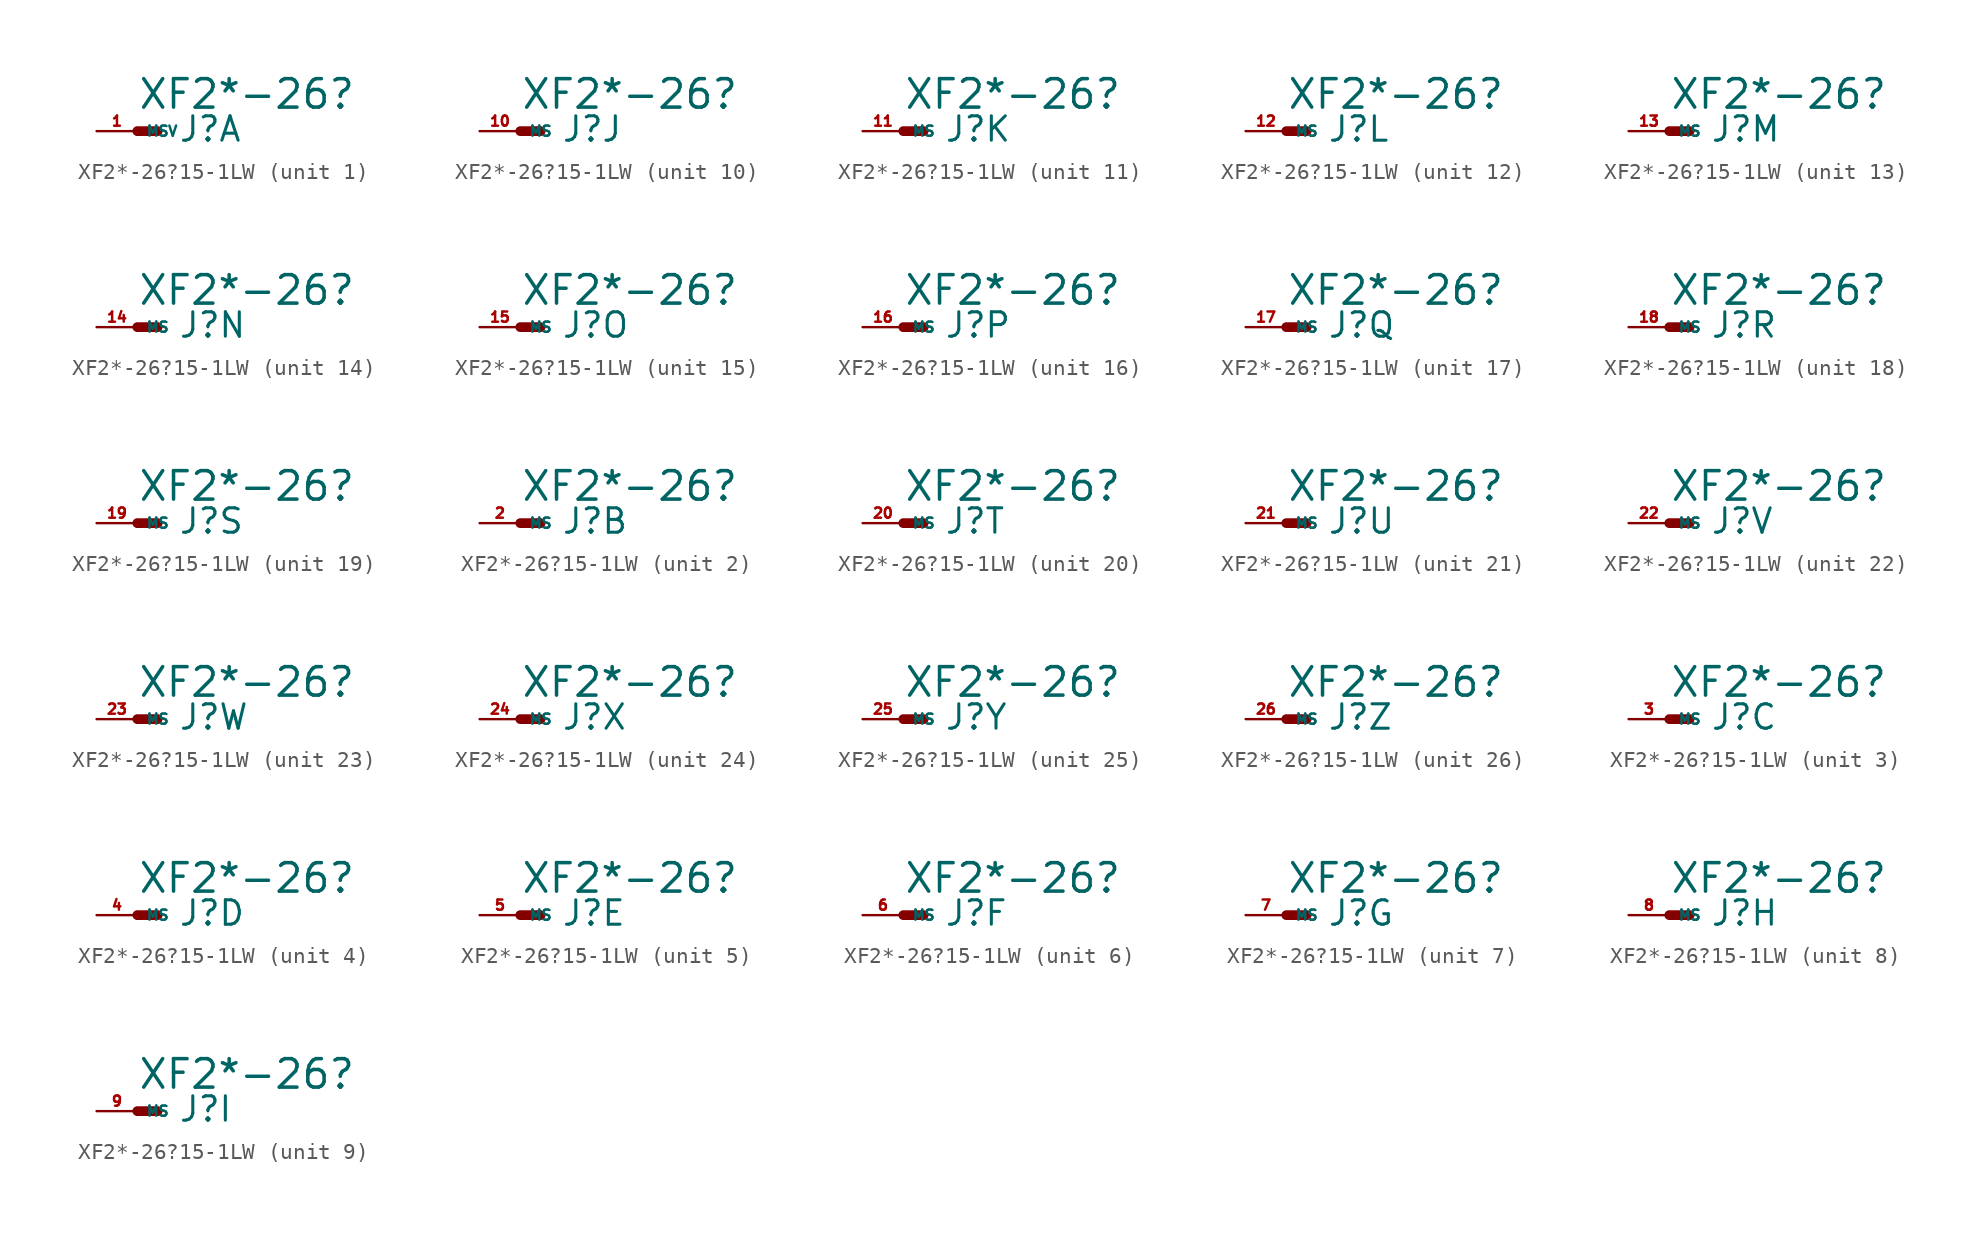
<source format=kicad_sym>
(kicad_symbol_lib
  (version 20220914)
  (generator Eagle2Kicad)
  (symbol "XF2*-26?15-1LW"
    (property "Reference" "J"
      (at 2.54 -0.762 0)
      (effects (font (size 1.524 1.524) (thickness 0.19)) (justify left bottom)))
    (property "Value" "XF2*-26?"
      (at 0 1.27 0)
      (effects (font (size 1.778 1.778) (thickness 0.22)) (justify left bottom)))
    (symbol "XF2*-26?15-1LW_1_0"
      (polyline (pts (xy 0 0) (xy 1.27 0)) (stroke (width 0.61) (type default)) (fill (type none)))
      (pin passive line (at -2.54 0 0) (length 2.54) (name "MSV" (effects (font (size 0.635 0.635) (thickness 0.08)) (justify left bottom))) (number "1" (effects (font (size 0.635 0.635) (thickness 0.08)) (justify left bottom)))))
    (symbol "XF2*-26?15-1LW_2_0"
      (polyline (pts (xy 0 0) (xy 1.27 0)) (stroke (width 0.61) (type default)) (fill (type none)))
      (pin passive line (at -2.54 0 0) (length 2.54) (name "MS" (effects (font (size 0.635 0.635) (thickness 0.08)) (justify left bottom))) (number "2" (effects (font (size 0.635 0.635) (thickness 0.08)) (justify left bottom)))))
    (symbol "XF2*-26?15-1LW_3_0"
      (polyline (pts (xy 0 0) (xy 1.27 0)) (stroke (width 0.61) (type default)) (fill (type none)))
      (pin passive line (at -2.54 0 0) (length 2.54) (name "MS" (effects (font (size 0.635 0.635) (thickness 0.08)) (justify left bottom))) (number "3" (effects (font (size 0.635 0.635) (thickness 0.08)) (justify left bottom)))))
    (symbol "XF2*-26?15-1LW_4_0"
      (polyline (pts (xy 0 0) (xy 1.27 0)) (stroke (width 0.61) (type default)) (fill (type none)))
      (pin passive line (at -2.54 0 0) (length 2.54) (name "MS" (effects (font (size 0.635 0.635) (thickness 0.08)) (justify left bottom))) (number "4" (effects (font (size 0.635 0.635) (thickness 0.08)) (justify left bottom)))))
    (symbol "XF2*-26?15-1LW_5_0"
      (polyline (pts (xy 0 0) (xy 1.27 0)) (stroke (width 0.61) (type default)) (fill (type none)))
      (pin passive line (at -2.54 0 0) (length 2.54) (name "MS" (effects (font (size 0.635 0.635) (thickness 0.08)) (justify left bottom))) (number "5" (effects (font (size 0.635 0.635) (thickness 0.08)) (justify left bottom)))))
    (symbol "XF2*-26?15-1LW_6_0"
      (polyline (pts (xy 0 0) (xy 1.27 0)) (stroke (width 0.61) (type default)) (fill (type none)))
      (pin passive line (at -2.54 0 0) (length 2.54) (name "MS" (effects (font (size 0.635 0.635) (thickness 0.08)) (justify left bottom))) (number "6" (effects (font (size 0.635 0.635) (thickness 0.08)) (justify left bottom)))))
    (symbol "XF2*-26?15-1LW_7_0"
      (polyline (pts (xy 0 0) (xy 1.27 0)) (stroke (width 0.61) (type default)) (fill (type none)))
      (pin passive line (at -2.54 0 0) (length 2.54) (name "MS" (effects (font (size 0.635 0.635) (thickness 0.08)) (justify left bottom))) (number "7" (effects (font (size 0.635 0.635) (thickness 0.08)) (justify left bottom)))))
    (symbol "XF2*-26?15-1LW_8_0"
      (polyline (pts (xy 0 0) (xy 1.27 0)) (stroke (width 0.61) (type default)) (fill (type none)))
      (pin passive line (at -2.54 0 0) (length 2.54) (name "MS" (effects (font (size 0.635 0.635) (thickness 0.08)) (justify left bottom))) (number "8" (effects (font (size 0.635 0.635) (thickness 0.08)) (justify left bottom)))))
    (symbol "XF2*-26?15-1LW_9_0"
      (polyline (pts (xy 0 0) (xy 1.27 0)) (stroke (width 0.61) (type default)) (fill (type none)))
      (pin passive line (at -2.54 0 0) (length 2.54) (name "MS" (effects (font (size 0.635 0.635) (thickness 0.08)) (justify left bottom))) (number "9" (effects (font (size 0.635 0.635) (thickness 0.08)) (justify left bottom)))))
    (symbol "XF2*-26?15-1LW_10_0"
      (polyline (pts (xy 0 0) (xy 1.27 0)) (stroke (width 0.61) (type default)) (fill (type none)))
      (pin passive line (at -2.54 0 0) (length 2.54) (name "MS" (effects (font (size 0.635 0.635) (thickness 0.08)) (justify left bottom))) (number "10" (effects (font (size 0.635 0.635) (thickness 0.08)) (justify left bottom)))))
    (symbol "XF2*-26?15-1LW_11_0"
      (polyline (pts (xy 0 0) (xy 1.27 0)) (stroke (width 0.61) (type default)) (fill (type none)))
      (pin passive line (at -2.54 0 0) (length 2.54) (name "MS" (effects (font (size 0.635 0.635) (thickness 0.08)) (justify left bottom))) (number "11" (effects (font (size 0.635 0.635) (thickness 0.08)) (justify left bottom)))))
    (symbol "XF2*-26?15-1LW_12_0"
      (polyline (pts (xy 0 0) (xy 1.27 0)) (stroke (width 0.61) (type default)) (fill (type none)))
      (pin passive line (at -2.54 0 0) (length 2.54) (name "MS" (effects (font (size 0.635 0.635) (thickness 0.08)) (justify left bottom))) (number "12" (effects (font (size 0.635 0.635) (thickness 0.08)) (justify left bottom)))))
    (symbol "XF2*-26?15-1LW_13_0"
      (polyline (pts (xy 0 0) (xy 1.27 0)) (stroke (width 0.61) (type default)) (fill (type none)))
      (pin passive line (at -2.54 0 0) (length 2.54) (name "MS" (effects (font (size 0.635 0.635) (thickness 0.08)) (justify left bottom))) (number "13" (effects (font (size 0.635 0.635) (thickness 0.08)) (justify left bottom)))))
    (symbol "XF2*-26?15-1LW_14_0"
      (polyline (pts (xy 0 0) (xy 1.27 0)) (stroke (width 0.61) (type default)) (fill (type none)))
      (pin passive line (at -2.54 0 0) (length 2.54) (name "MS" (effects (font (size 0.635 0.635) (thickness 0.08)) (justify left bottom))) (number "14" (effects (font (size 0.635 0.635) (thickness 0.08)) (justify left bottom)))))
    (symbol "XF2*-26?15-1LW_15_0"
      (polyline (pts (xy 0 0) (xy 1.27 0)) (stroke (width 0.61) (type default)) (fill (type none)))
      (pin passive line (at -2.54 0 0) (length 2.54) (name "MS" (effects (font (size 0.635 0.635) (thickness 0.08)) (justify left bottom))) (number "15" (effects (font (size 0.635 0.635) (thickness 0.08)) (justify left bottom)))))
    (symbol "XF2*-26?15-1LW_16_0"
      (polyline (pts (xy 0 0) (xy 1.27 0)) (stroke (width 0.61) (type default)) (fill (type none)))
      (pin passive line (at -2.54 0 0) (length 2.54) (name "MS" (effects (font (size 0.635 0.635) (thickness 0.08)) (justify left bottom))) (number "16" (effects (font (size 0.635 0.635) (thickness 0.08)) (justify left bottom)))))
    (symbol "XF2*-26?15-1LW_17_0"
      (polyline (pts (xy 0 0) (xy 1.27 0)) (stroke (width 0.61) (type default)) (fill (type none)))
      (pin passive line (at -2.54 0 0) (length 2.54) (name "MS" (effects (font (size 0.635 0.635) (thickness 0.08)) (justify left bottom))) (number "17" (effects (font (size 0.635 0.635) (thickness 0.08)) (justify left bottom)))))
    (symbol "XF2*-26?15-1LW_18_0"
      (polyline (pts (xy 0 0) (xy 1.27 0)) (stroke (width 0.61) (type default)) (fill (type none)))
      (pin passive line (at -2.54 0 0) (length 2.54) (name "MS" (effects (font (size 0.635 0.635) (thickness 0.08)) (justify left bottom))) (number "18" (effects (font (size 0.635 0.635) (thickness 0.08)) (justify left bottom)))))
    (symbol "XF2*-26?15-1LW_19_0"
      (polyline (pts (xy 0 0) (xy 1.27 0)) (stroke (width 0.61) (type default)) (fill (type none)))
      (pin passive line (at -2.54 0 0) (length 2.54) (name "MS" (effects (font (size 0.635 0.635) (thickness 0.08)) (justify left bottom))) (number "19" (effects (font (size 0.635 0.635) (thickness 0.08)) (justify left bottom)))))
    (symbol "XF2*-26?15-1LW_20_0"
      (polyline (pts (xy 0 0) (xy 1.27 0)) (stroke (width 0.61) (type default)) (fill (type none)))
      (pin passive line (at -2.54 0 0) (length 2.54) (name "MS" (effects (font (size 0.635 0.635) (thickness 0.08)) (justify left bottom))) (number "20" (effects (font (size 0.635 0.635) (thickness 0.08)) (justify left bottom)))))
    (symbol "XF2*-26?15-1LW_21_0"
      (polyline (pts (xy 0 0) (xy 1.27 0)) (stroke (width 0.61) (type default)) (fill (type none)))
      (pin passive line (at -2.54 0 0) (length 2.54) (name "MS" (effects (font (size 0.635 0.635) (thickness 0.08)) (justify left bottom))) (number "21" (effects (font (size 0.635 0.635) (thickness 0.08)) (justify left bottom)))))
    (symbol "XF2*-26?15-1LW_22_0"
      (polyline (pts (xy 0 0) (xy 1.27 0)) (stroke (width 0.61) (type default)) (fill (type none)))
      (pin passive line (at -2.54 0 0) (length 2.54) (name "MS" (effects (font (size 0.635 0.635) (thickness 0.08)) (justify left bottom))) (number "22" (effects (font (size 0.635 0.635) (thickness 0.08)) (justify left bottom)))))
    (symbol "XF2*-26?15-1LW_23_0"
      (polyline (pts (xy 0 0) (xy 1.27 0)) (stroke (width 0.61) (type default)) (fill (type none)))
      (pin passive line (at -2.54 0 0) (length 2.54) (name "MS" (effects (font (size 0.635 0.635) (thickness 0.08)) (justify left bottom))) (number "23" (effects (font (size 0.635 0.635) (thickness 0.08)) (justify left bottom)))))
    (symbol "XF2*-26?15-1LW_24_0"
      (polyline (pts (xy 0 0) (xy 1.27 0)) (stroke (width 0.61) (type default)) (fill (type none)))
      (pin passive line (at -2.54 0 0) (length 2.54) (name "MS" (effects (font (size 0.635 0.635) (thickness 0.08)) (justify left bottom))) (number "24" (effects (font (size 0.635 0.635) (thickness 0.08)) (justify left bottom)))))
    (symbol "XF2*-26?15-1LW_25_0"
      (polyline (pts (xy 0 0) (xy 1.27 0)) (stroke (width 0.61) (type default)) (fill (type none)))
      (pin passive line (at -2.54 0 0) (length 2.54) (name "MS" (effects (font (size 0.635 0.635) (thickness 0.08)) (justify left bottom))) (number "25" (effects (font (size 0.635 0.635) (thickness 0.08)) (justify left bottom)))))
    (symbol "XF2*-26?15-1LW_26_0"
      (polyline (pts (xy 0 0) (xy 1.27 0)) (stroke (width 0.61) (type default)) (fill (type none)))
      (pin passive line (at -2.54 0 0) (length 2.54) (name "MS" (effects (font (size 0.635 0.635) (thickness 0.08)) (justify left bottom))) (number "26" (effects (font (size 0.635 0.635) (thickness 0.08)) (justify left bottom)))))))
</source>
